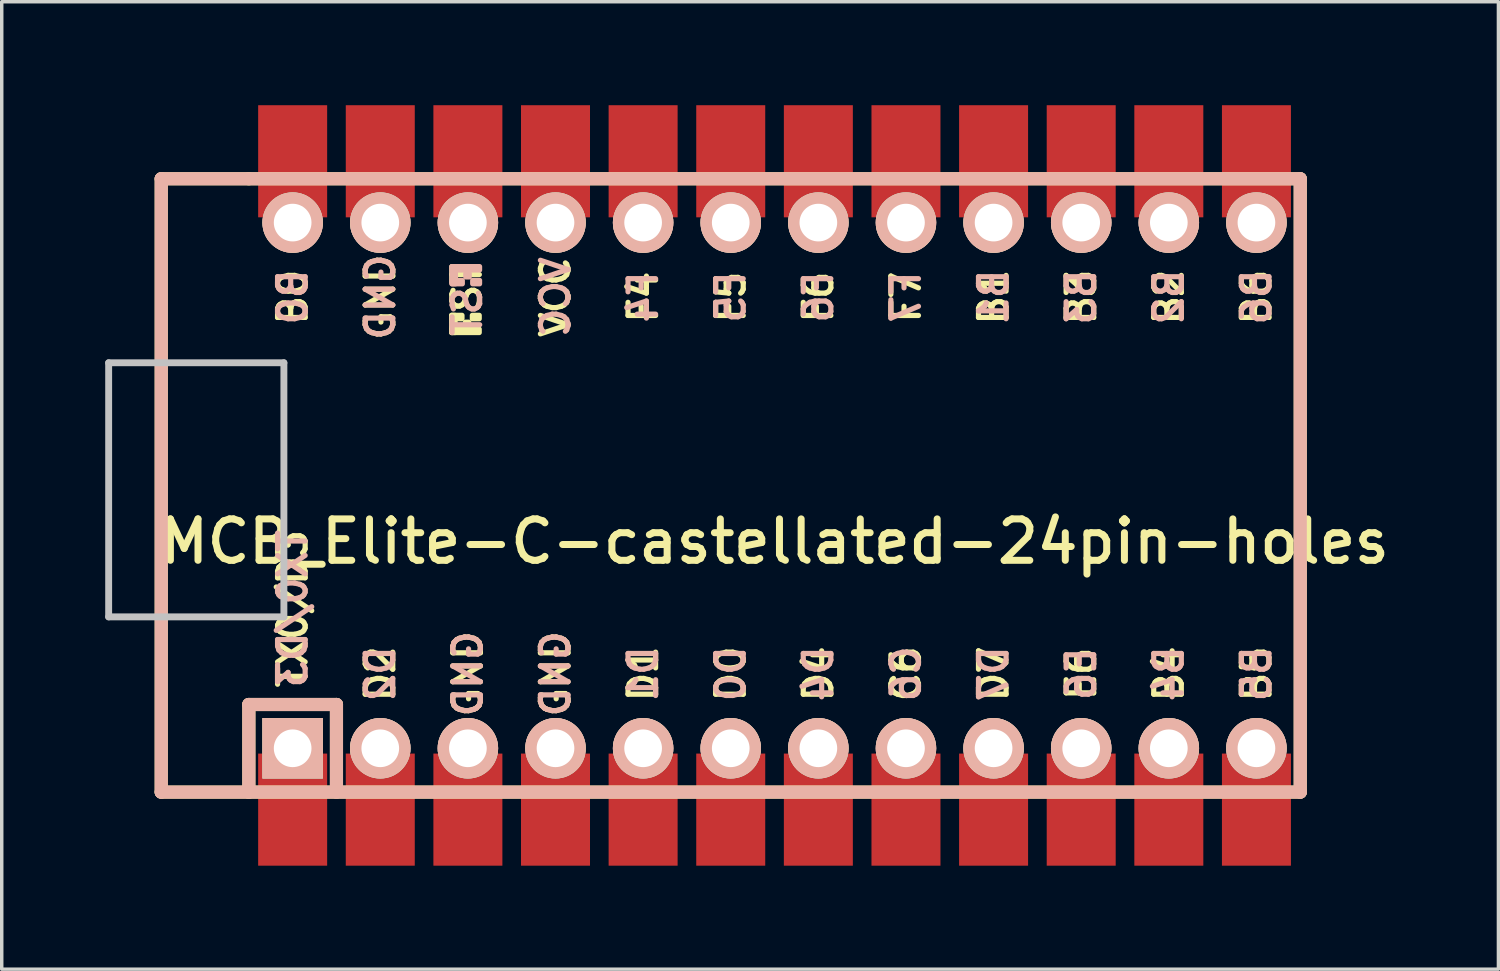
<source format=kicad_pcb>
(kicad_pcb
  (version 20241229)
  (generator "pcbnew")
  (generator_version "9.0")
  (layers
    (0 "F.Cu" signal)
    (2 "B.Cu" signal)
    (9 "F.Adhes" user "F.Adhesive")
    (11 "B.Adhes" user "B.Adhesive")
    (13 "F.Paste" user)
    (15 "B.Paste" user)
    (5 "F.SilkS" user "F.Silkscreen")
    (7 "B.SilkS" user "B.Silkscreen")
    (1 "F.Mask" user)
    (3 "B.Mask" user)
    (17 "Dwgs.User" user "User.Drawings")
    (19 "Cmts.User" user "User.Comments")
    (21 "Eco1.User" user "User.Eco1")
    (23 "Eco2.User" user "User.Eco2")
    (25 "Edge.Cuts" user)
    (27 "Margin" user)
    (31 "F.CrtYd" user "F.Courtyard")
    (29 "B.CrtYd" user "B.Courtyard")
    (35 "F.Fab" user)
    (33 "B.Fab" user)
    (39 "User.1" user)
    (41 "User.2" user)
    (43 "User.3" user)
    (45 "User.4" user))
  (footprint "MCB_Elite-C-castellated-24pin-holes"
    (layer "F.Cu")
    (at 19.404 11.023)
    (property "Reference" "MCB_Elite-C-castellated-24pin-holes" (at 0 1.625 0) (layer "F.SilkS") (effects (font (size 1.2 1.2) (thickness 0.203))))
    (attr through_hole)
    (fp_line (start -17.78 -8.89) (end -17.78 8.89) (stroke (width 0.381) (type solid)) (layer "F.SilkS"))
    (fp_line (start -17.78 8.89) (end -15.24 8.89) (stroke (width 0.381) (type solid)) (layer "F.SilkS"))
    (fp_line (start -15.24 -8.89) (end -17.78 -8.89) (stroke (width 0.381) (type solid)) (layer "F.SilkS"))
    (fp_line (start -15.24 6.35) (end -15.24 8.89) (stroke (width 0.381) (type solid)) (layer "F.SilkS"))
    (fp_line (start -15.24 6.35) (end -12.7 6.35) (stroke (width 0.381) (type solid)) (layer "F.SilkS"))
    (fp_line (start -15.24 8.89) (end 15.24 8.89) (stroke (width 0.381) (type solid)) (layer "F.SilkS"))
    (fp_line (start -12.7 6.35) (end -12.7 8.89) (stroke (width 0.381) (type solid)) (layer "F.SilkS"))
    (fp_line (start 15.24 -8.89) (end -15.24 -8.89) (stroke (width 0.381) (type solid)) (layer "F.SilkS"))
    (fp_line (start 15.24 8.89) (end 15.24 -8.89) (stroke (width 0.381) (type solid)) (layer "F.SilkS"))
    (fp_poly (pts (xy -9.361 -4.932) (xy -9.261 -4.932) (xy -9.261 -4.432) (xy -9.361 -4.432)) (stroke (width 0.15) (type solid)) (fill yes) (layer "F.SilkS"))
    (fp_poly (pts (xy -9.361 -4.932) (xy -9.061 -4.932) (xy -9.061 -4.832) (xy -9.361 -4.832)) (stroke (width 0.15) (type solid)) (fill yes) (layer "F.SilkS"))
    (fp_poly (pts (xy -9.361 -4.532) (xy -8.561 -4.532) (xy -8.561 -4.432) (xy -9.361 -4.432)) (stroke (width 0.15) (type solid)) (fill yes) (layer "F.SilkS"))
    (fp_poly (pts (xy -8.961 -4.732) (xy -8.861 -4.732) (xy -8.861 -4.632) (xy -8.961 -4.632)) (stroke (width 0.15) (type solid)) (fill yes) (layer "F.SilkS"))
    (fp_poly (pts (xy -8.761 -4.932) (xy -8.561 -4.932) (xy -8.561 -4.832) (xy -8.761 -4.832)) (stroke (width 0.15) (type solid)) (fill yes) (layer "F.SilkS"))
    (fp_line (start -17.78 -8.89) (end -17.78 8.89) (stroke (width 0.381) (type solid)) (layer "B.SilkS"))
    (fp_line (start -17.78 8.89) (end 15.24 8.89) (stroke (width 0.381) (type solid)) (layer "B.SilkS"))
    (fp_line (start -15.24 6.35) (end -15.24 8.89) (stroke (width 0.381) (type solid)) (layer "B.SilkS"))
    (fp_line (start -15.24 6.35) (end -12.7 6.35) (stroke (width 0.381) (type solid)) (layer "B.SilkS"))
    (fp_line (start -12.7 6.35) (end -12.7 8.89) (stroke (width 0.381) (type solid)) (layer "B.SilkS"))
    (fp_line (start 15.24 -8.89) (end -17.78 -8.89) (stroke (width 0.381) (type solid)) (layer "B.SilkS"))
    (fp_line (start 15.24 8.89) (end 15.24 -8.89) (stroke (width 0.381) (type solid)) (layer "B.SilkS"))
    (fp_poly (pts (xy -9.351 -6.245) (xy -8.551 -6.245) (xy -8.551 -6.345) (xy -9.351 -6.345)) (stroke (width 0.15) (type solid)) (fill yes) (layer "B.SilkS"))
    (fp_poly (pts (xy -9.351 -5.845) (xy -9.251 -5.845) (xy -9.251 -6.345) (xy -9.351 -6.345)) (stroke (width 0.15) (type solid)) (fill yes) (layer "B.SilkS"))
    (fp_poly (pts (xy -9.351 -5.845) (xy -9.051 -5.845) (xy -9.051 -5.945) (xy -9.351 -5.945)) (stroke (width 0.15) (type solid)) (fill yes) (layer "B.SilkS"))
    (fp_poly (pts (xy -8.951 -6.045) (xy -8.851 -6.045) (xy -8.851 -6.145) (xy -8.951 -6.145)) (stroke (width 0.15) (type solid)) (fill yes) (layer "B.SilkS"))
    (fp_poly (pts (xy -8.751 -5.845) (xy -8.551 -5.845) (xy -8.551 -5.945) (xy -8.751 -5.945)) (stroke (width 0.15) (type solid)) (fill yes) (layer "B.SilkS"))
    (fp_line (start -19.304 -3.556) (end -14.224 -3.556) (stroke (width 0.2) (type solid)) (layer "Dwgs.User"))
    (fp_line (start -19.304 3.81) (end -19.304 -3.556) (stroke (width 0.2) (type solid)) (layer "Dwgs.User"))
    (fp_line (start -14.224 -3.556) (end -14.224 3.81) (stroke (width 0.2) (type solid)) (layer "Dwgs.User"))
    (fp_line (start -14.224 3.81) (end -19.304 3.81) (stroke (width 0.2) (type solid)) (layer "Dwgs.User"))
    (fp_text user "D2" (at -11.43 5.461 90) (layer "F.SilkS") (effects (font (size 0.8 0.8) (thickness 0.15))))
    (fp_text user "B5" (at 13.97 5.461 90) (layer "F.SilkS") (effects (font (size 0.8 0.8) (thickness 0.15))))
    (fp_text user "D1" (at -3.81 5.461 90) (layer "F.SilkS") (effects (font (size 0.8 0.8) (thickness 0.15))))
    (fp_text user "ST" (at -8.92 -5.733 90) (layer "F.SilkS") (effects (font (size 0.8 0.8) (thickness 0.15))))
    (fp_text user "VCC" (at -6.35 -5.461 90) (layer "F.SilkS") (effects (font (size 0.8 0.8) (thickness 0.15))))
    (fp_text user "B0" (at -13.97 -5.461 90) (layer "F.SilkS") (effects (font (size 0.8 0.8) (thickness 0.15))))
    (fp_text user "B1" (at 6.35 -5.461 90) (layer "F.SilkS") (effects (font (size 0.8 0.8) (thickness 0.15))))
    (fp_text user "F4" (at -3.81 -5.461 90) (layer "F.SilkS") (effects (font (size 0.8 0.8) (thickness 0.15))))
    (fp_text user "D4" (at 1.27 5.461 90) (layer "F.SilkS") (effects (font (size 0.8 0.8) (thickness 0.15))))
    (fp_text user "F6" (at 1.27 -5.461 90) (layer "F.SilkS") (effects (font (size 0.8 0.8) (thickness 0.15))))
    (fp_text user "D0" (at -1.27 5.461 90) (layer "F.SilkS") (effects (font (size 0.8 0.8) (thickness 0.15))))
    (fp_text user "B4" (at 11.43 5.461 90) (layer "F.SilkS") (effects (font (size 0.8 0.8) (thickness 0.15))))
    (fp_text user "D7" (at 6.35 5.461 90) (layer "F.SilkS") (effects (font (size 0.8 0.8) (thickness 0.15))))
    (fp_text user "B3" (at 8.89 -5.461 90) (layer "F.SilkS") (effects (font (size 0.8 0.8) (thickness 0.15))))
    (fp_text user "GND" (at -8.89 5.461 90) (layer "F.SilkS") (effects (font (size 0.8 0.8) (thickness 0.15))))
    (fp_text user "GND" (at -6.35 5.461 90) (layer "F.SilkS") (effects (font (size 0.8 0.8) (thickness 0.15))))
    (fp_text user "F5" (at -1.27 -5.461 90) (layer "F.SilkS") (effects (font (size 0.8 0.8) (thickness 0.15))))
    (fp_text user "E6" (at 8.89 5.461 90) (layer "F.SilkS") (effects (font (size 0.8 0.8) (thickness 0.15))))
    (fp_text user "B2" (at 11.43 -5.461 90) (layer "F.SilkS") (effects (font (size 0.8 0.8) (thickness 0.15))))
    (fp_text user "GND" (at -11.43 -5.461 90) (layer "F.SilkS") (effects (font (size 0.8 0.8) (thickness 0.15))))
    (fp_text user "TX0/D3" (at -13.97 3.572 90) (layer "F.SilkS") (effects (font (size 0.8 0.8) (thickness 0.15))))
    (fp_text user "F7" (at 3.81 -5.461 90) (layer "F.SilkS") (effects (font (size 0.8 0.8) (thickness 0.15))))
    (fp_text user "B6" (at 13.97 -5.461 90) (layer "F.SilkS") (effects (font (size 0.8 0.8) (thickness 0.15))))
    (fp_text user "C6" (at 3.81 5.461 90) (layer "F.SilkS") (effects (font (size 0.8 0.8) (thickness 0.15))))
    (fp_text user "D1" (at -3.81 5.461 90) (layer "B.SilkS") (effects (font (size 0.8 0.8) (thickness 0.15)) (justify mirror)))
    (fp_text user "F6" (at 1.27 -5.461 90) (layer "B.SilkS") (effects (font (size 0.8 0.8) (thickness 0.15)) (justify mirror)))
    (fp_text user "B6" (at 13.97 -5.461 90) (layer "B.SilkS") (effects (font (size 0.8 0.8) (thickness 0.15)) (justify mirror)))
    (fp_text user "B5" (at 13.97 5.461 90) (layer "B.SilkS") (effects (font (size 0.8 0.8) (thickness 0.15)) (justify mirror)))
    (fp_text user "B4" (at 11.43 5.461 90) (layer "B.SilkS") (effects (font (size 0.8 0.8) (thickness 0.15)) (justify mirror)))
    (fp_text user "GND" (at -11.43 -5.461 90) (layer "B.SilkS") (effects (font (size 0.8 0.8) (thickness 0.15)) (justify mirror)))
    (fp_text user "F4" (at -3.81 -5.461 90) (layer "B.SilkS") (effects (font (size 0.8 0.8) (thickness 0.15)) (justify mirror)))
    (fp_text user "F7" (at 3.81 -5.461 90) (layer "B.SilkS") (effects (font (size 0.8 0.8) (thickness 0.15)) (justify mirror)))
    (fp_text user "C6" (at 3.81 5.461 90) (layer "B.SilkS") (effects (font (size 0.8 0.8) (thickness 0.15)) (justify mirror)))
    (fp_text user "GND" (at -8.89 5.461 90) (layer "B.SilkS") (effects (font (size 0.8 0.8) (thickness 0.15)) (justify mirror)))
    (fp_text user "ST" (at -8.91 -5.04 90) (layer "B.SilkS") (effects (font (size 0.8 0.8) (thickness 0.15)) (justify mirror)))
    (fp_text user "TX0/D3" (at -13.97 3.572 90) (layer "B.SilkS") (effects (font (size 0.8 0.8) (thickness 0.15)) (justify mirror)))
    (fp_text user "D4" (at 1.27 5.461 90) (layer "B.SilkS") (effects (font (size 0.8 0.8) (thickness 0.15)) (justify mirror)))
    (fp_text user "D0" (at -1.27 5.461 90) (layer "B.SilkS") (effects (font (size 0.8 0.8) (thickness 0.15)) (justify mirror)))
    (fp_text user "B1" (at 6.35 -5.461 90) (layer "B.SilkS") (effects (font (size 0.8 0.8) (thickness 0.15)) (justify mirror)))
    (fp_text user "B0" (at -13.97 -5.461 90) (layer "B.SilkS") (effects (font (size 0.8 0.8) (thickness 0.15)) (justify mirror)))
    (fp_text user "GND" (at -6.35 5.461 90) (layer "B.SilkS") (effects (font (size 0.8 0.8) (thickness 0.15)) (justify mirror)))
    (fp_text user "D7" (at 6.35 5.461 90) (layer "B.SilkS") (effects (font (size 0.8 0.8) (thickness 0.15)) (justify mirror)))
    (fp_text user "E6" (at 8.89 5.461 90) (layer "B.SilkS") (effects (font (size 0.8 0.8) (thickness 0.15)) (justify mirror)))
    (fp_text user "B3" (at 8.89 -5.461 90) (layer "B.SilkS") (effects (font (size 0.8 0.8) (thickness 0.15)) (justify mirror)))
    (fp_text user "B2" (at 11.43 -5.461 90) (layer "B.SilkS") (effects (font (size 0.8 0.8) (thickness 0.15)) (justify mirror)))
    (fp_text user "VCC" (at -6.35 -5.461 90) (layer "B.SilkS") (effects (font (size 0.8 0.8) (thickness 0.15)) (justify mirror)))
    (fp_text user "D2" (at -11.43 5.461 90) (layer "B.SilkS") (effects (font (size 0.8 0.8) (thickness 0.15)) (justify mirror)))
    (fp_text user "F5" (at -1.27 -5.461 90) (layer "B.SilkS") (effects (font (size 0.8 0.8) (thickness 0.15)) (justify mirror)))
    (pad "1" thru_hole rect (at -13.97 7.62) (size 1.753 1.753) (drill 1.092) (layers "*.Cu" "*.SilkS" "*.Mask"))
    (pad "1" smd rect (at -13.97 9.398) (size 2 3.25) (layers "F.Cu" "F.Mask" "F.Paste"))
    (pad "2" thru_hole circle (at -11.43 7.62) (size 1.753 1.753) (drill 1.092) (layers "*.Cu" "*.SilkS" "*.Mask"))
    (pad "2" smd rect (at -11.43 9.398) (size 2 3.25) (layers "F.Cu" "F.Mask" "F.Paste"))
    (pad "3" thru_hole circle (at -8.89 7.62) (size 1.753 1.753) (drill 1.092) (layers "*.Cu" "*.SilkS" "*.Mask"))
    (pad "3" smd rect (at -8.89 9.398) (size 2 3.25) (layers "F.Cu" "F.Mask" "F.Paste"))
    (pad "4" thru_hole circle (at -6.35 7.62) (size 1.753 1.753) (drill 1.092) (layers "*.Cu" "*.SilkS" "*.Mask"))
    (pad "4" smd rect (at -6.35 9.398) (size 2 3.25) (layers "F.Cu" "F.Mask" "F.Paste"))
    (pad "5" thru_hole circle (at -3.81 7.62) (size 1.753 1.753) (drill 1.092) (layers "*.Cu" "*.SilkS" "*.Mask"))
    (pad "5" smd rect (at -3.81 9.398) (size 2 3.25) (layers "F.Cu" "F.Mask" "F.Paste"))
    (pad "6" thru_hole circle (at -1.27 7.62) (size 1.753 1.753) (drill 1.092) (layers "*.Cu" "*.SilkS" "*.Mask"))
    (pad "6" smd rect (at -1.27 9.398) (size 2 3.25) (layers "F.Cu" "F.Mask" "F.Paste"))
    (pad "7" thru_hole circle (at 1.27 7.62) (size 1.753 1.753) (drill 1.092) (layers "*.Cu" "*.SilkS" "*.Mask"))
    (pad "7" smd rect (at 1.27 9.398) (size 2 3.25) (layers "F.Cu" "F.Mask" "F.Paste"))
    (pad "8" thru_hole circle (at 3.81 7.62) (size 1.753 1.753) (drill 1.092) (layers "*.Cu" "*.SilkS" "*.Mask"))
    (pad "8" smd rect (at 3.81 9.398) (size 2 3.25) (layers "F.Cu" "F.Mask" "F.Paste"))
    (pad "9" thru_hole circle (at 6.35 7.62) (size 1.753 1.753) (drill 1.092) (layers "*.Cu" "*.SilkS" "*.Mask"))
    (pad "9" smd rect (at 6.35 9.398) (size 2 3.25) (layers "F.Cu" "F.Mask" "F.Paste"))
    (pad "10" thru_hole circle (at 8.89 7.62) (size 1.753 1.753) (drill 1.092) (layers "*.Cu" "*.SilkS" "*.Mask"))
    (pad "10" smd rect (at 8.89 9.398) (size 2 3.25) (layers "F.Cu" "F.Mask" "F.Paste"))
    (pad "11" thru_hole circle (at 11.43 7.62) (size 1.753 1.753) (drill 1.092) (layers "*.Cu" "*.SilkS" "*.Mask"))
    (pad "11" smd rect (at 11.43 9.398) (size 2 3.25) (layers "F.Cu" "F.Mask" "F.Paste"))
    (pad "12" thru_hole circle (at 13.97 7.62) (size 1.753 1.753) (drill 1.092) (layers "*.Cu" "*.SilkS" "*.Mask"))
    (pad "12" smd rect (at 13.97 9.398) (size 2 3.25) (layers "F.Cu" "F.Mask" "F.Paste"))
    (pad "13" smd rect (at 13.97 -9.398) (size 2 3.25) (layers "F.Cu" "F.Mask" "F.Paste"))
    (pad "13" thru_hole circle (at 13.97 -7.62) (size 1.753 1.753) (drill 1.092) (layers "*.Cu" "*.SilkS" "*.Mask"))
    (pad "14" smd rect (at 11.43 -9.398) (size 2 3.25) (layers "F.Cu" "F.Mask" "F.Paste"))
    (pad "14" thru_hole circle (at 11.43 -7.62) (size 1.753 1.753) (drill 1.092) (layers "*.Cu" "*.SilkS" "*.Mask"))
    (pad "15" smd rect (at 8.89 -9.398) (size 2 3.25) (layers "F.Cu" "F.Mask" "F.Paste"))
    (pad "15" thru_hole circle (at 8.89 -7.62) (size 1.753 1.753) (drill 1.092) (layers "*.Cu" "*.SilkS" "*.Mask"))
    (pad "16" smd rect (at 6.35 -9.398) (size 2 3.25) (layers "F.Cu" "F.Mask" "F.Paste"))
    (pad "16" thru_hole circle (at 6.35 -7.62) (size 1.753 1.753) (drill 1.092) (layers "*.Cu" "*.SilkS" "*.Mask"))
    (pad "17" smd rect (at 3.81 -9.398) (size 2 3.25) (layers "F.Cu" "F.Mask" "F.Paste"))
    (pad "17" thru_hole circle (at 3.81 -7.62) (size 1.753 1.753) (drill 1.092) (layers "*.Cu" "*.SilkS" "*.Mask"))
    (pad "18" smd rect (at 1.27 -9.398) (size 2 3.25) (layers "F.Cu" "F.Mask" "F.Paste"))
    (pad "18" thru_hole circle (at 1.27 -7.62) (size 1.753 1.753) (drill 1.092) (layers "*.Cu" "*.SilkS" "*.Mask"))
    (pad "19" smd rect (at -1.27 -9.398) (size 2 3.25) (layers "F.Cu" "F.Mask" "F.Paste"))
    (pad "19" thru_hole circle (at -1.27 -7.62) (size 1.753 1.753) (drill 1.092) (layers "*.Cu" "*.SilkS" "*.Mask"))
    (pad "20" smd rect (at -3.81 -9.398) (size 2 3.25) (layers "F.Cu" "F.Mask" "F.Paste"))
    (pad "20" thru_hole circle (at -3.81 -7.62) (size 1.753 1.753) (drill 1.092) (layers "*.Cu" "*.SilkS" "*.Mask"))
    (pad "21" smd rect (at -6.35 -9.398) (size 2 3.25) (layers "F.Cu" "F.Mask" "F.Paste"))
    (pad "21" thru_hole circle (at -6.35 -7.62) (size 1.753 1.753) (drill 1.092) (layers "*.Cu" "*.SilkS" "*.Mask"))
    (pad "22" smd rect (at -8.89 -9.398) (size 2 3.25) (layers "F.Cu" "F.Mask" "F.Paste"))
    (pad "22" thru_hole circle (at -8.89 -7.62) (size 1.753 1.753) (drill 1.092) (layers "*.Cu" "*.SilkS" "*.Mask"))
    (pad "23" smd rect (at -11.43 -9.398) (size 2 3.25) (layers "F.Cu" "F.Mask" "F.Paste"))
    (pad "23" thru_hole circle (at -11.43 -7.62) (size 1.753 1.753) (drill 1.092) (layers "*.Cu" "*.SilkS" "*.Mask"))
    (pad "24" smd rect (at -13.97 -9.398) (size 2 3.25) (layers "F.Cu" "F.Mask" "F.Paste"))
    (pad "24" thru_hole circle (at -13.97 -7.62) (size 1.753 1.753) (drill 1.092) (layers "*.Cu" "*.SilkS" "*.Mask")))
  (gr_rect
    (start -3 -3)
    (end 40.389 25.046)
    (stroke (width 0.1) (type default))
    (fill no)
    (layer "Edge.Cuts")))
</source>
